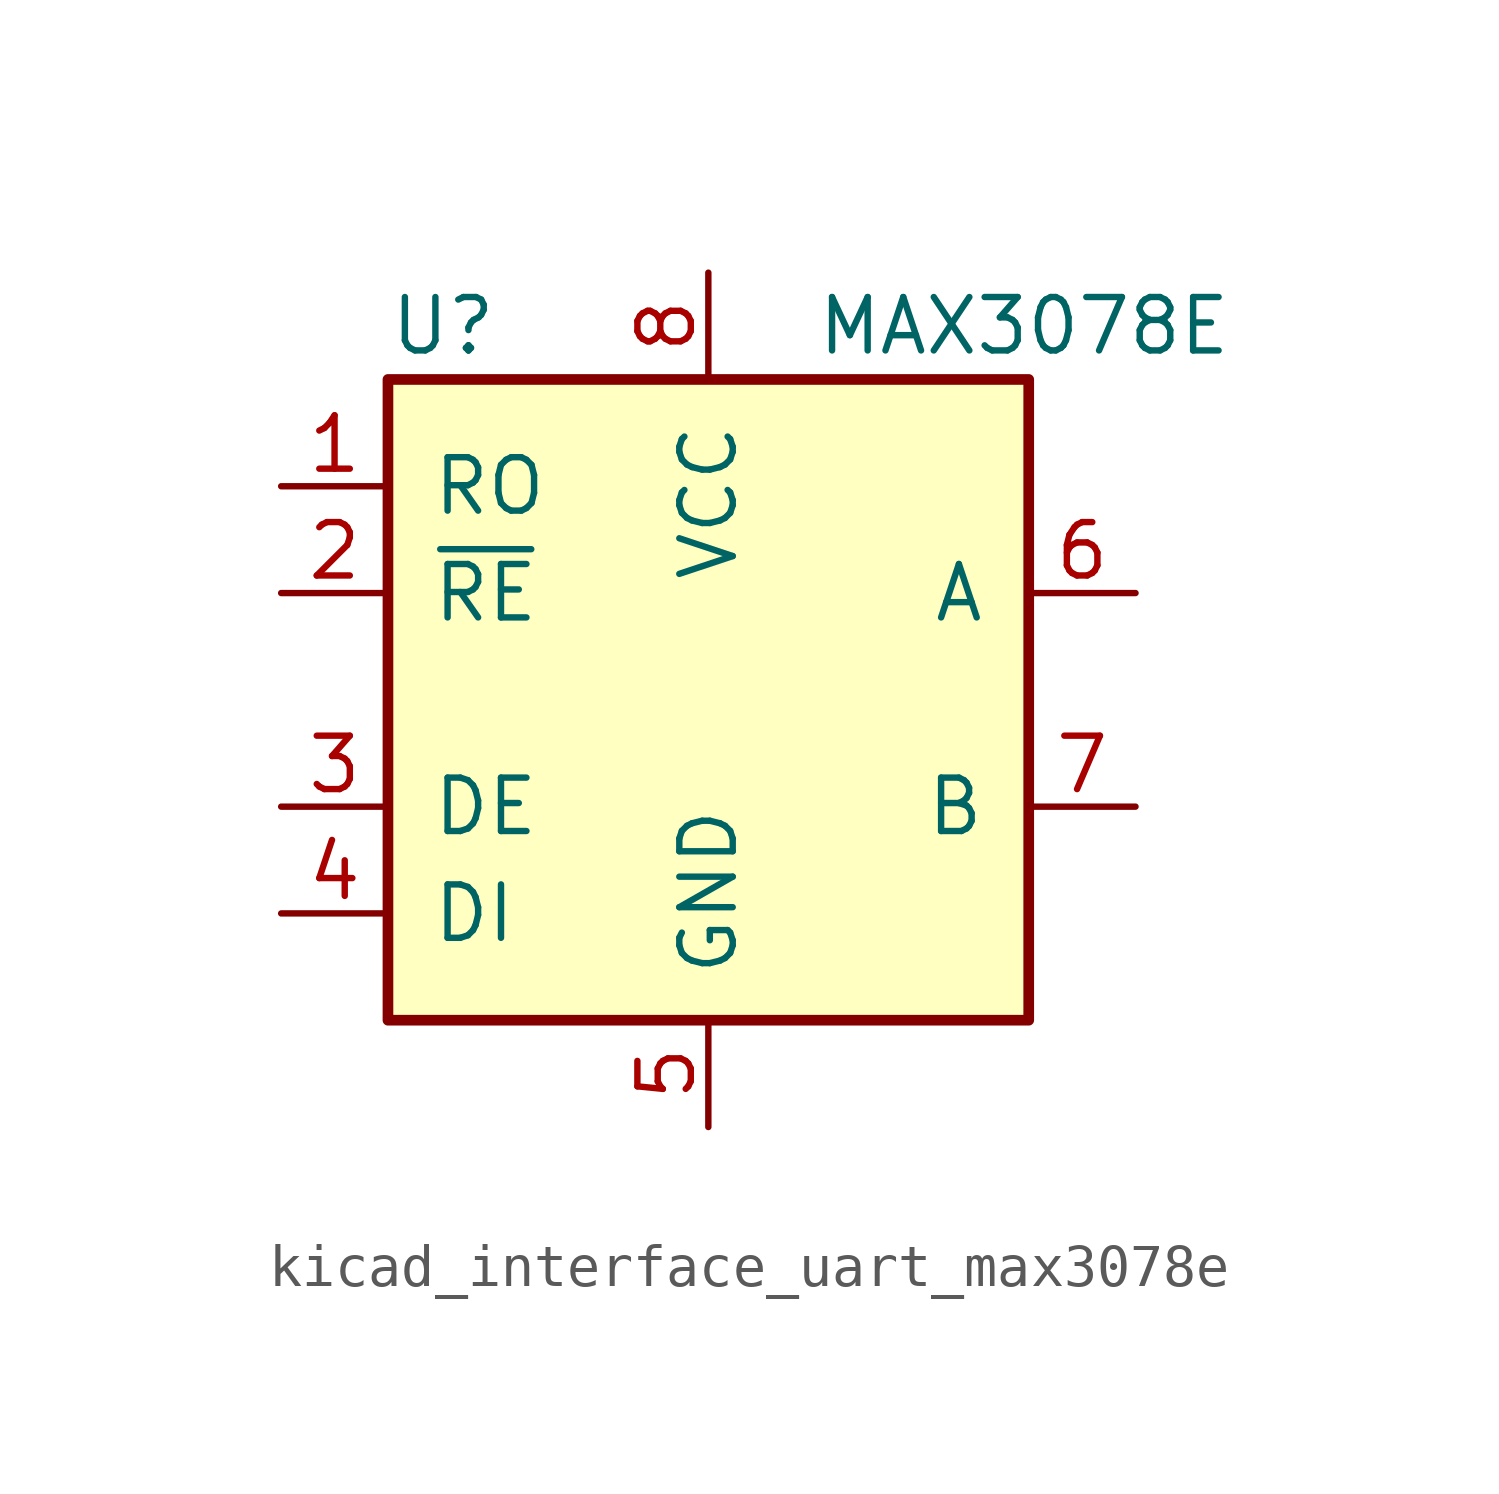
<source format=kicad_sym>
(kicad_symbol_lib
  (version 20220914)
  (generator kicad_symbol_editor)
  (symbol "kicad_interface_uart_max3078e"
    (pin_names
      (offset 1.016))
    (property "Reference" "U"
      (at -7.62 8.89 0)
      (effects (font (size 1.27 1.27)) (justify left)))
    (property "Value" "MAX3078E"
      (at 2.54 8.89 0)
      (effects (font (size 1.27 1.27)) (justify left)))
    (symbol "kicad_interface_uart_max3078e_0_1"
      (rectangle (start -7.62 7.62) (end 7.62 -7.62) (stroke (width 0.254) (type default)) (fill (type background))))
    (symbol "kicad_interface_uart_max3078e_1_1"
      (pin output line (at -10.16 5.08 0) (length 2.54) (name "RO" (effects (font (size 1.27 1.27)))) (number "1" (effects (font (size 1.27 1.27)))))
      (pin input line (at -10.16 2.54 0) (length 2.54) (name "~{RE}" (effects (font (size 1.27 1.27)))) (number "2" (effects (font (size 1.27 1.27)))))
      (pin input line (at -10.16 -2.54 0) (length 2.54) (name "DE" (effects (font (size 1.27 1.27)))) (number "3" (effects (font (size 1.27 1.27)))))
      (pin input line (at -10.16 -5.08 0) (length 2.54) (name "DI" (effects (font (size 1.27 1.27)))) (number "4" (effects (font (size 1.27 1.27)))))
      (pin power_in line (at 0 -10.16 90) (length 2.54) (name "GND" (effects (font (size 1.27 1.27)))) (number "5" (effects (font (size 1.27 1.27)))))
      (pin bidirectional line (at 10.16 2.54 180) (length 2.54) (name "A" (effects (font (size 1.27 1.27)))) (number "6" (effects (font (size 1.27 1.27)))))
      (pin bidirectional line (at 10.16 -2.54 180) (length 2.54) (name "B" (effects (font (size 1.27 1.27)))) (number "7" (effects (font (size 1.27 1.27)))))
      (pin power_in line (at 0 10.16 270) (length 2.54) (name "VCC" (effects (font (size 1.27 1.27)))) (number "8" (effects (font (size 1.27 1.27))))))))
</source>
